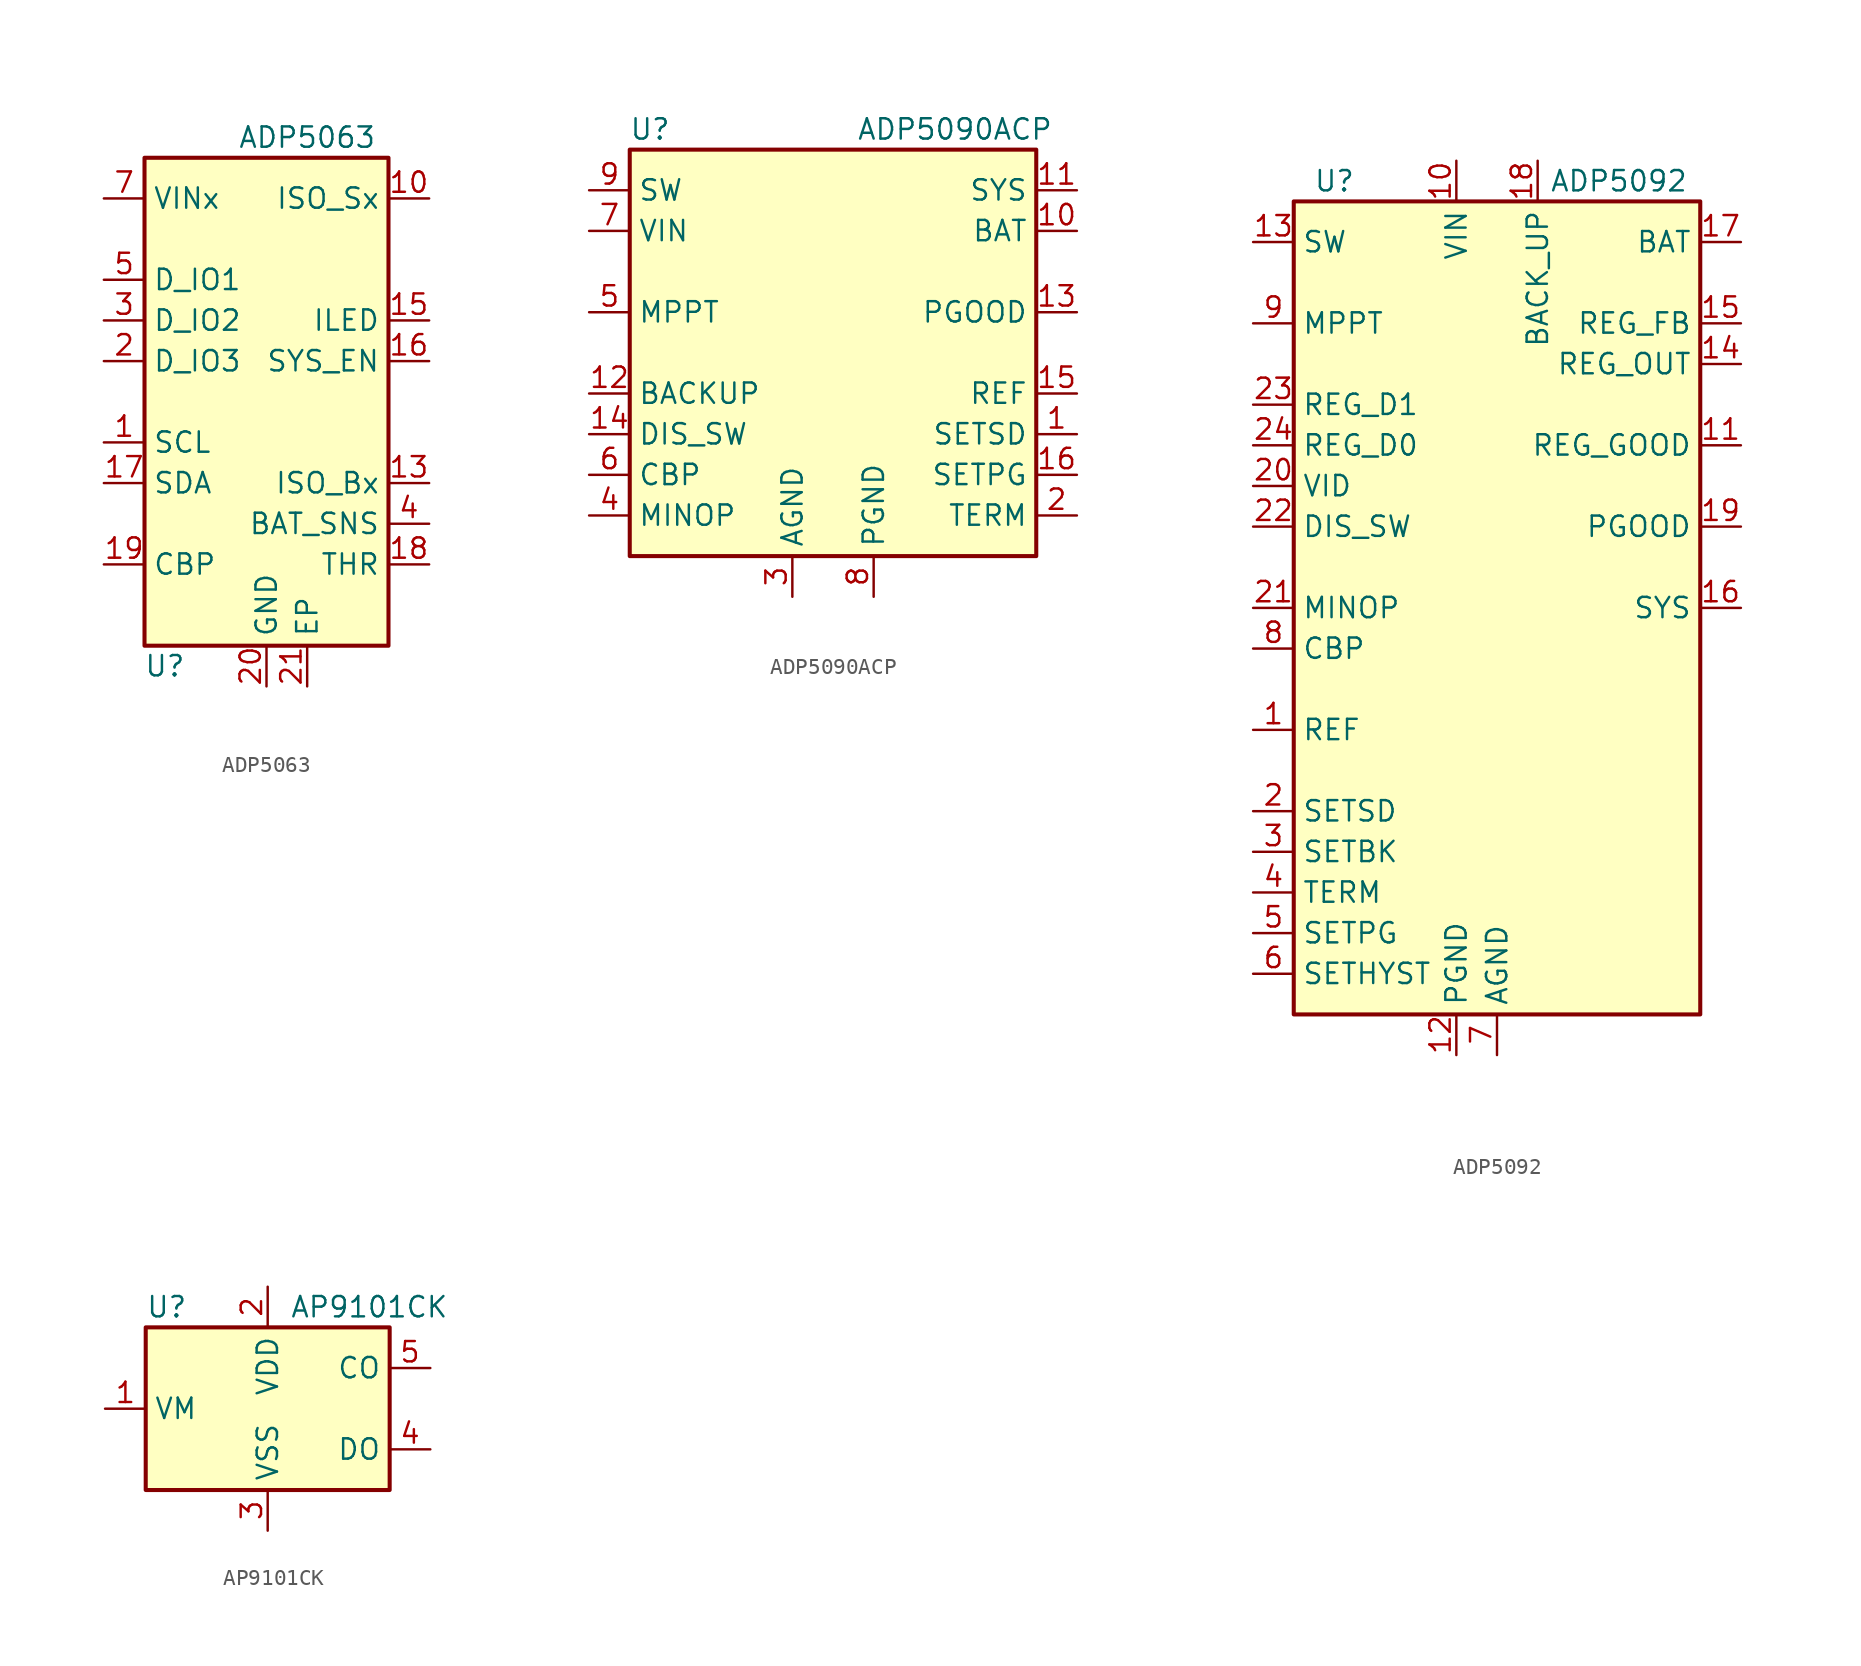
<source format=kicad_sym>
(kicad_symbol_lib
  (version 20241209)
  (generator "kicad_symbol_editor")
  (generator_version "9.0")
  (symbol "ADP5063"
    (property "Reference" "U"
      (at -6.35 -16.51 0)
      (effects (font (size 1.27 1.27))))
    (property "Value" "ADP5063"
      (at 2.54 16.51 0)
      (effects (font (size 1.27 1.27))))
    (symbol "ADP5063_1_1"
      (rectangle (start -7.62 15.24) (end 7.62 -15.24) (stroke (width 0.254) (type default)) (fill (type background)))
      (pin input line (at -10.16 12.7 0) (length 2.54) (hide yes) (name "VINx" (effects (font (size 1.27 1.27)))) (number "6" (effects (font (size 1.27 1.27)))))
      (pin input line (at -10.16 12.7 0) (length 2.54) (name "VINx" (effects (font (size 1.27 1.27)))) (number "7" (effects (font (size 1.27 1.27)))))
      (pin input line (at -10.16 12.7 0) (length 2.54) (hide yes) (name "VINx" (effects (font (size 1.27 1.27)))) (number "8" (effects (font (size 1.27 1.27)))))
      (pin bidirectional line (at -10.16 7.62 0) (length 2.54) (name "D_IO1" (effects (font (size 1.27 1.27)))) (number "5" (effects (font (size 1.27 1.27)))))
      (pin bidirectional line (at -10.16 5.08 0) (length 2.54) (name "D_IO2" (effects (font (size 1.27 1.27)))) (number "3" (effects (font (size 1.27 1.27)))))
      (pin bidirectional line (at -10.16 2.54 0) (length 2.54) (name "D_IO3" (effects (font (size 1.27 1.27)))) (number "2" (effects (font (size 1.27 1.27)))))
      (pin input line (at -10.16 -2.54 0) (length 2.54) (name "SCL" (effects (font (size 1.27 1.27)))) (number "1" (effects (font (size 1.27 1.27)))))
      (pin bidirectional line (at -10.16 -5.08 0) (length 2.54) (name "SDA" (effects (font (size 1.27 1.27)))) (number "17" (effects (font (size 1.27 1.27)))))
      (pin passive line (at -10.16 -10.16 0) (length 2.54) (name "CBP" (effects (font (size 1.27 1.27)))) (number "19" (effects (font (size 1.27 1.27)))))
      (pin power_in line (at 0 -17.78 90) (length 2.54) (name "GND" (effects (font (size 1.27 1.27)))) (number "20" (effects (font (size 1.27 1.27)))))
      (pin passive line (at 2.54 -17.78 90) (length 2.54) (name "EP" (effects (font (size 1.27 1.27)))) (number "21" (effects (font (size 1.27 1.27)))))
      (pin power_out line (at 10.16 12.7 180) (length 2.54) (name "ISO_Sx" (effects (font (size 1.27 1.27)))) (number "10" (effects (font (size 1.27 1.27)))))
      (pin passive line (at 10.16 12.7 180) (length 2.54) (hide yes) (name "ISO_Sx" (effects (font (size 1.27 1.27)))) (number "11" (effects (font (size 1.27 1.27)))))
      (pin passive line (at 10.16 12.7 180) (length 2.54) (hide yes) (name "ISO_Sx" (effects (font (size 1.27 1.27)))) (number "9" (effects (font (size 1.27 1.27)))))
      (pin open_collector line (at 10.16 5.08 180) (length 2.54) (name "ILED" (effects (font (size 1.27 1.27)))) (number "15" (effects (font (size 1.27 1.27)))))
      (pin open_collector line (at 10.16 2.54 180) (length 2.54) (name "SYS_EN" (effects (font (size 1.27 1.27)))) (number "16" (effects (font (size 1.27 1.27)))))
      (pin passive line (at 10.16 -5.08 180) (length 2.54) (hide yes) (name "ISO_Bx" (effects (font (size 1.27 1.27)))) (number "12" (effects (font (size 1.27 1.27)))))
      (pin passive line (at 10.16 -5.08 180) (length 2.54) (name "ISO_Bx" (effects (font (size 1.27 1.27)))) (number "13" (effects (font (size 1.27 1.27)))))
      (pin passive line (at 10.16 -5.08 180) (length 2.54) (hide yes) (name "ISO_Bx" (effects (font (size 1.27 1.27)))) (number "14" (effects (font (size 1.27 1.27)))))
      (pin passive line (at 10.16 -7.62 180) (length 2.54) (name "BAT_SNS" (effects (font (size 1.27 1.27)))) (number "4" (effects (font (size 1.27 1.27)))))
      (pin passive line (at 10.16 -10.16 180) (length 2.54) (name "THR" (effects (font (size 1.27 1.27)))) (number "18" (effects (font (size 1.27 1.27)))))))
  (symbol "ADP5090ACP"
    (property "Reference" "U"
      (at -11.43 13.97 0)
      (effects (font (size 1.27 1.27))))
    (property "Value" "ADP5090ACP"
      (at 7.62 13.97 0)
      (effects (font (size 1.27 1.27))))
    (symbol "ADP5090ACP_0_1"
      (rectangle (start -12.7 12.7) (end 12.7 -12.7) (stroke (width 0.254) (type default)) (fill (type background))))
    (symbol "ADP5090ACP_1_1"
      (pin input line (at -15.24 10.16 0) (length 2.54) (name "SW" (effects (font (size 1.27 1.27)))) (number "9" (effects (font (size 1.27 1.27)))))
      (pin power_in line (at -15.24 7.62 0) (length 2.54) (name "VIN" (effects (font (size 1.27 1.27)))) (number "7" (effects (font (size 1.27 1.27)))))
      (pin input line (at -15.24 2.54 0) (length 2.54) (name "MPPT" (effects (font (size 1.27 1.27)))) (number "5" (effects (font (size 1.27 1.27)))))
      (pin passive line (at -15.24 -2.54 0) (length 2.54) (name "BACKUP" (effects (font (size 1.27 1.27)))) (number "12" (effects (font (size 1.27 1.27)))))
      (pin input line (at -15.24 -5.08 0) (length 2.54) (name "DIS_SW" (effects (font (size 1.27 1.27)))) (number "14" (effects (font (size 1.27 1.27)))))
      (pin passive line (at -15.24 -7.62 0) (length 2.54) (name "CBP" (effects (font (size 1.27 1.27)))) (number "6" (effects (font (size 1.27 1.27)))))
      (pin passive line (at -15.24 -10.16 0) (length 2.54) (name "MINOP" (effects (font (size 1.27 1.27)))) (number "4" (effects (font (size 1.27 1.27)))))
      (pin passive line (at -2.54 -15.24 90) (length 2.54) (hide yes) (name "AGND" (effects (font (size 1.27 1.27)))) (number "17" (effects (font (size 1.27 1.27)))))
      (pin power_in line (at -2.54 -15.24 90) (length 2.54) (name "AGND" (effects (font (size 1.27 1.27)))) (number "3" (effects (font (size 1.27 1.27)))))
      (pin power_in line (at 2.54 -15.24 90) (length 2.54) (name "PGND" (effects (font (size 1.27 1.27)))) (number "8" (effects (font (size 1.27 1.27)))))
      (pin power_out line (at 15.24 10.16 180) (length 2.54) (name "SYS" (effects (font (size 1.27 1.27)))) (number "11" (effects (font (size 1.27 1.27)))))
      (pin power_out line (at 15.24 7.62 180) (length 2.54) (name "BAT" (effects (font (size 1.27 1.27)))) (number "10" (effects (font (size 1.27 1.27)))))
      (pin output line (at 15.24 2.54 180) (length 2.54) (name "PGOOD" (effects (font (size 1.27 1.27)))) (number "13" (effects (font (size 1.27 1.27)))))
      (pin output line (at 15.24 -2.54 180) (length 2.54) (name "REF" (effects (font (size 1.27 1.27)))) (number "15" (effects (font (size 1.27 1.27)))))
      (pin input line (at 15.24 -5.08 180) (length 2.54) (name "SETSD" (effects (font (size 1.27 1.27)))) (number "1" (effects (font (size 1.27 1.27)))))
      (pin input line (at 15.24 -7.62 180) (length 2.54) (name "SETPG" (effects (font (size 1.27 1.27)))) (number "16" (effects (font (size 1.27 1.27)))))
      (pin input line (at 15.24 -10.16 180) (length 2.54) (name "TERM" (effects (font (size 1.27 1.27)))) (number "2" (effects (font (size 1.27 1.27)))))))
  (symbol "ADP5092"
    (property "Reference" "U"
      (at -10.16 26.67 0)
      (effects (font (size 1.27 1.27))))
    (property "Value" "ADP5092"
      (at 7.62 26.67 0)
      (effects (font (size 1.27 1.27))))
    (symbol "ADP5092_0_1"
      (rectangle (start 12.7 25.4) (end -12.7 -25.4) (stroke (width 0.254) (type default)) (fill (type background))))
    (symbol "ADP5092_1_1"
      (pin power_in line (at -15.24 22.86 0) (length 2.54) (name "SW" (effects (font (size 1.27 1.27)))) (number "13" (effects (font (size 1.27 1.27)))))
      (pin input line (at -15.24 17.78 0) (length 2.54) (name "MPPT" (effects (font (size 1.27 1.27)))) (number "9" (effects (font (size 1.27 1.27)))))
      (pin input line (at -15.24 12.7 0) (length 2.54) (name "REG_D1" (effects (font (size 1.27 1.27)))) (number "23" (effects (font (size 1.27 1.27)))))
      (pin input line (at -15.24 10.16 0) (length 2.54) (name "REG_D0" (effects (font (size 1.27 1.27)))) (number "24" (effects (font (size 1.27 1.27)))))
      (pin input line (at -15.24 7.62 0) (length 2.54) (name "VID" (effects (font (size 1.27 1.27)))) (number "20" (effects (font (size 1.27 1.27)))))
      (pin input line (at -15.24 5.08 0) (length 2.54) (name "DIS_SW" (effects (font (size 1.27 1.27)))) (number "22" (effects (font (size 1.27 1.27)))))
      (pin passive line (at -15.24 0 0) (length 2.54) (name "MINOP" (effects (font (size 1.27 1.27)))) (number "21" (effects (font (size 1.27 1.27)))))
      (pin passive line (at -15.24 -2.54 0) (length 2.54) (name "CBP" (effects (font (size 1.27 1.27)))) (number "8" (effects (font (size 1.27 1.27)))))
      (pin passive line (at -15.24 -7.62 0) (length 2.54) (name "REF" (effects (font (size 1.27 1.27)))) (number "1" (effects (font (size 1.27 1.27)))))
      (pin passive line (at -15.24 -12.7 0) (length 2.54) (name "SETSD" (effects (font (size 1.27 1.27)))) (number "2" (effects (font (size 1.27 1.27)))))
      (pin passive line (at -15.24 -15.24 0) (length 2.54) (name "SETBK" (effects (font (size 1.27 1.27)))) (number "3" (effects (font (size 1.27 1.27)))))
      (pin passive line (at -15.24 -17.78 0) (length 2.54) (name "TERM" (effects (font (size 1.27 1.27)))) (number "4" (effects (font (size 1.27 1.27)))))
      (pin passive line (at -15.24 -20.32 0) (length 2.54) (name "SETPG" (effects (font (size 1.27 1.27)))) (number "5" (effects (font (size 1.27 1.27)))))
      (pin passive line (at -15.24 -22.86 0) (length 2.54) (name "SETHYST" (effects (font (size 1.27 1.27)))) (number "6" (effects (font (size 1.27 1.27)))))
      (pin power_in line (at -2.54 27.94 270) (length 2.54) (name "VIN" (effects (font (size 1.27 1.27)))) (number "10" (effects (font (size 1.27 1.27)))))
      (pin power_in line (at -2.54 -27.94 90) (length 2.54) (name "PGND" (effects (font (size 1.27 1.27)))) (number "12" (effects (font (size 1.27 1.27)))))
      (pin passive line (at 0 -27.94 90) (length 2.54) (hide yes) (name "AGND" (effects (font (size 1.27 1.27)))) (number "25" (effects (font (size 1.27 1.27)))))
      (pin power_in line (at 0 -27.94 90) (length 2.54) (name "AGND" (effects (font (size 1.27 1.27)))) (number "7" (effects (font (size 1.27 1.27)))))
      (pin power_in line (at 2.54 27.94 270) (length 2.54) (name "BACK_UP" (effects (font (size 1.27 1.27)))) (number "18" (effects (font (size 1.27 1.27)))))
      (pin power_out line (at 15.24 22.86 180) (length 2.54) (name "BAT" (effects (font (size 1.27 1.27)))) (number "17" (effects (font (size 1.27 1.27)))))
      (pin power_out line (at 15.24 17.78 180) (length 2.54) (name "REG_FB" (effects (font (size 1.27 1.27)))) (number "15" (effects (font (size 1.27 1.27)))))
      (pin power_out line (at 15.24 15.24 180) (length 2.54) (name "REG_OUT" (effects (font (size 1.27 1.27)))) (number "14" (effects (font (size 1.27 1.27)))))
      (pin output line (at 15.24 10.16 180) (length 2.54) (name "REG_GOOD" (effects (font (size 1.27 1.27)))) (number "11" (effects (font (size 1.27 1.27)))))
      (pin output line (at 15.24 5.08 180) (length 2.54) (name "PGOOD" (effects (font (size 1.27 1.27)))) (number "19" (effects (font (size 1.27 1.27)))))
      (pin power_out line (at 15.24 0 180) (length 2.54) (name "SYS" (effects (font (size 1.27 1.27)))) (number "16" (effects (font (size 1.27 1.27)))))))
  (symbol "AP9101CK"
    (property "Reference" "U"
      (at -7.62 6.35 0)
      (effects (font (size 1.27 1.27)) (justify left)))
    (property "Value" "AP9101CK"
      (at 6.35 6.35 0)
      (effects (font (size 1.27 1.27))))
    (symbol "AP9101CK_0_1"
      (rectangle (start -7.62 5.08) (end 7.62 -5.08) (stroke (width 0.254) (type default)) (fill (type background))))
    (symbol "AP9101CK_1_1"
      (pin passive line (at -10.16 0 0) (length 2.54) (name "VM" (effects (font (size 1.27 1.27)))) (number "1" (effects (font (size 1.27 1.27)))))
      (pin power_in line (at 0 7.62 270) (length 2.54) (name "VDD" (effects (font (size 1.27 1.27)))) (number "2" (effects (font (size 1.27 1.27)))))
      (pin power_in line (at 0 -7.62 90) (length 2.54) (name "VSS" (effects (font (size 1.27 1.27)))) (number "3" (effects (font (size 1.27 1.27)))))
      (pin output line (at 10.16 2.54 180) (length 2.54) (name "CO" (effects (font (size 1.27 1.27)))) (number "5" (effects (font (size 1.27 1.27)))))
      (pin output line (at 10.16 -2.54 180) (length 2.54) (name "DO" (effects (font (size 1.27 1.27)))) (number "4" (effects (font (size 1.27 1.27))))))))
</source>
